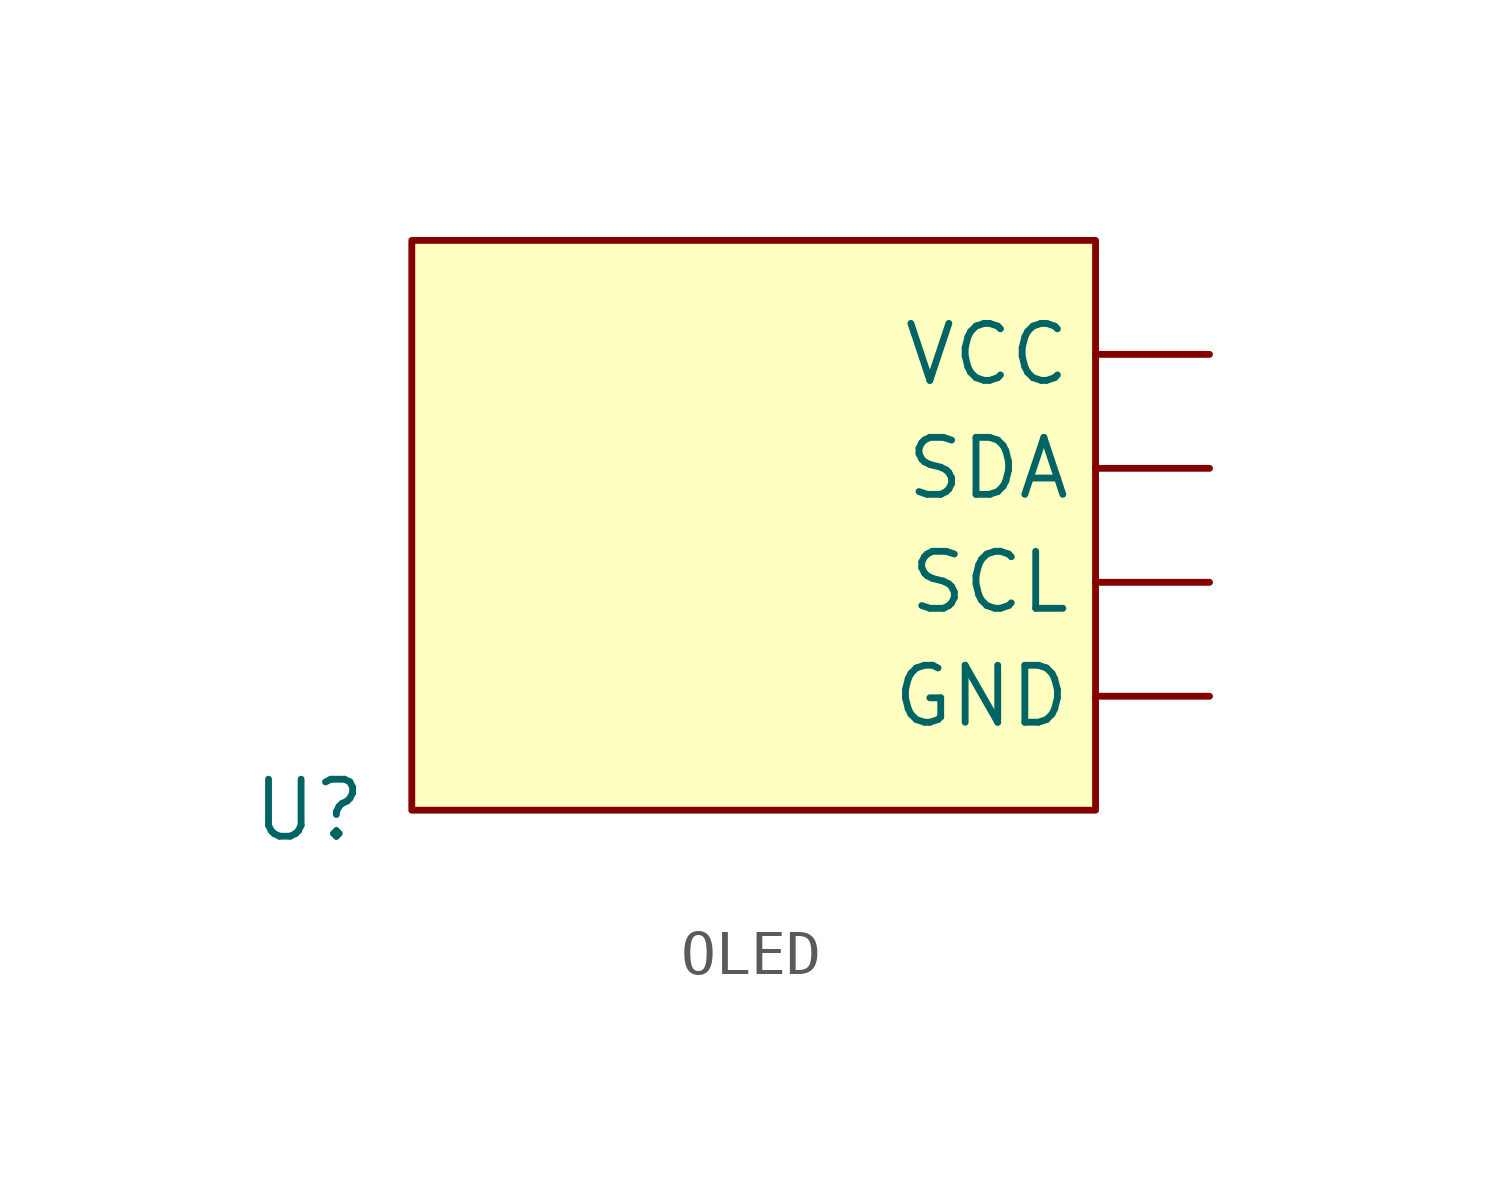
<source format=kicad_sym>
(kicad_symbol_lib
  (version 20231120)
  (generator "kicad_symbol_editor")
  (generator_version "8.0")
  (symbol "OLED"
    (property "Reference" "U"
      (at -11.176 0 0)
      (effects (font (size 1.27 1.27))))
    (property "Value" ""
      (at -11.176 0 0)
      (effects (font (size 1.27 1.27))))
    (symbol "OLED_0_1"
      (rectangle (start -8.89 12.7) (end 6.35 0) (stroke (width 0) (type default)) (fill (type background))))
    (symbol "OLED_1_1"
      (pin power_in line (at 8.89 2.54 180) (length 2.54) (name "GND" (effects (font (size 1.27 1.27)))) (number "" (effects (font (size 1.27 1.27)))))
      (pin input line (at 8.89 5.08 180) (length 2.54) (name "SCL" (effects (font (size 1.27 1.27)))) (number "" (effects (font (size 1.27 1.27)))))
      (pin input line (at 8.89 7.62 180) (length 2.54) (name "SDA" (effects (font (size 1.27 1.27)))) (number "" (effects (font (size 1.27 1.27)))))
      (pin power_in line (at 8.89 10.16 180) (length 2.54) (name "VCC" (effects (font (size 1.27 1.27)))) (number "" (effects (font (size 1.27 1.27))))))))
</source>
